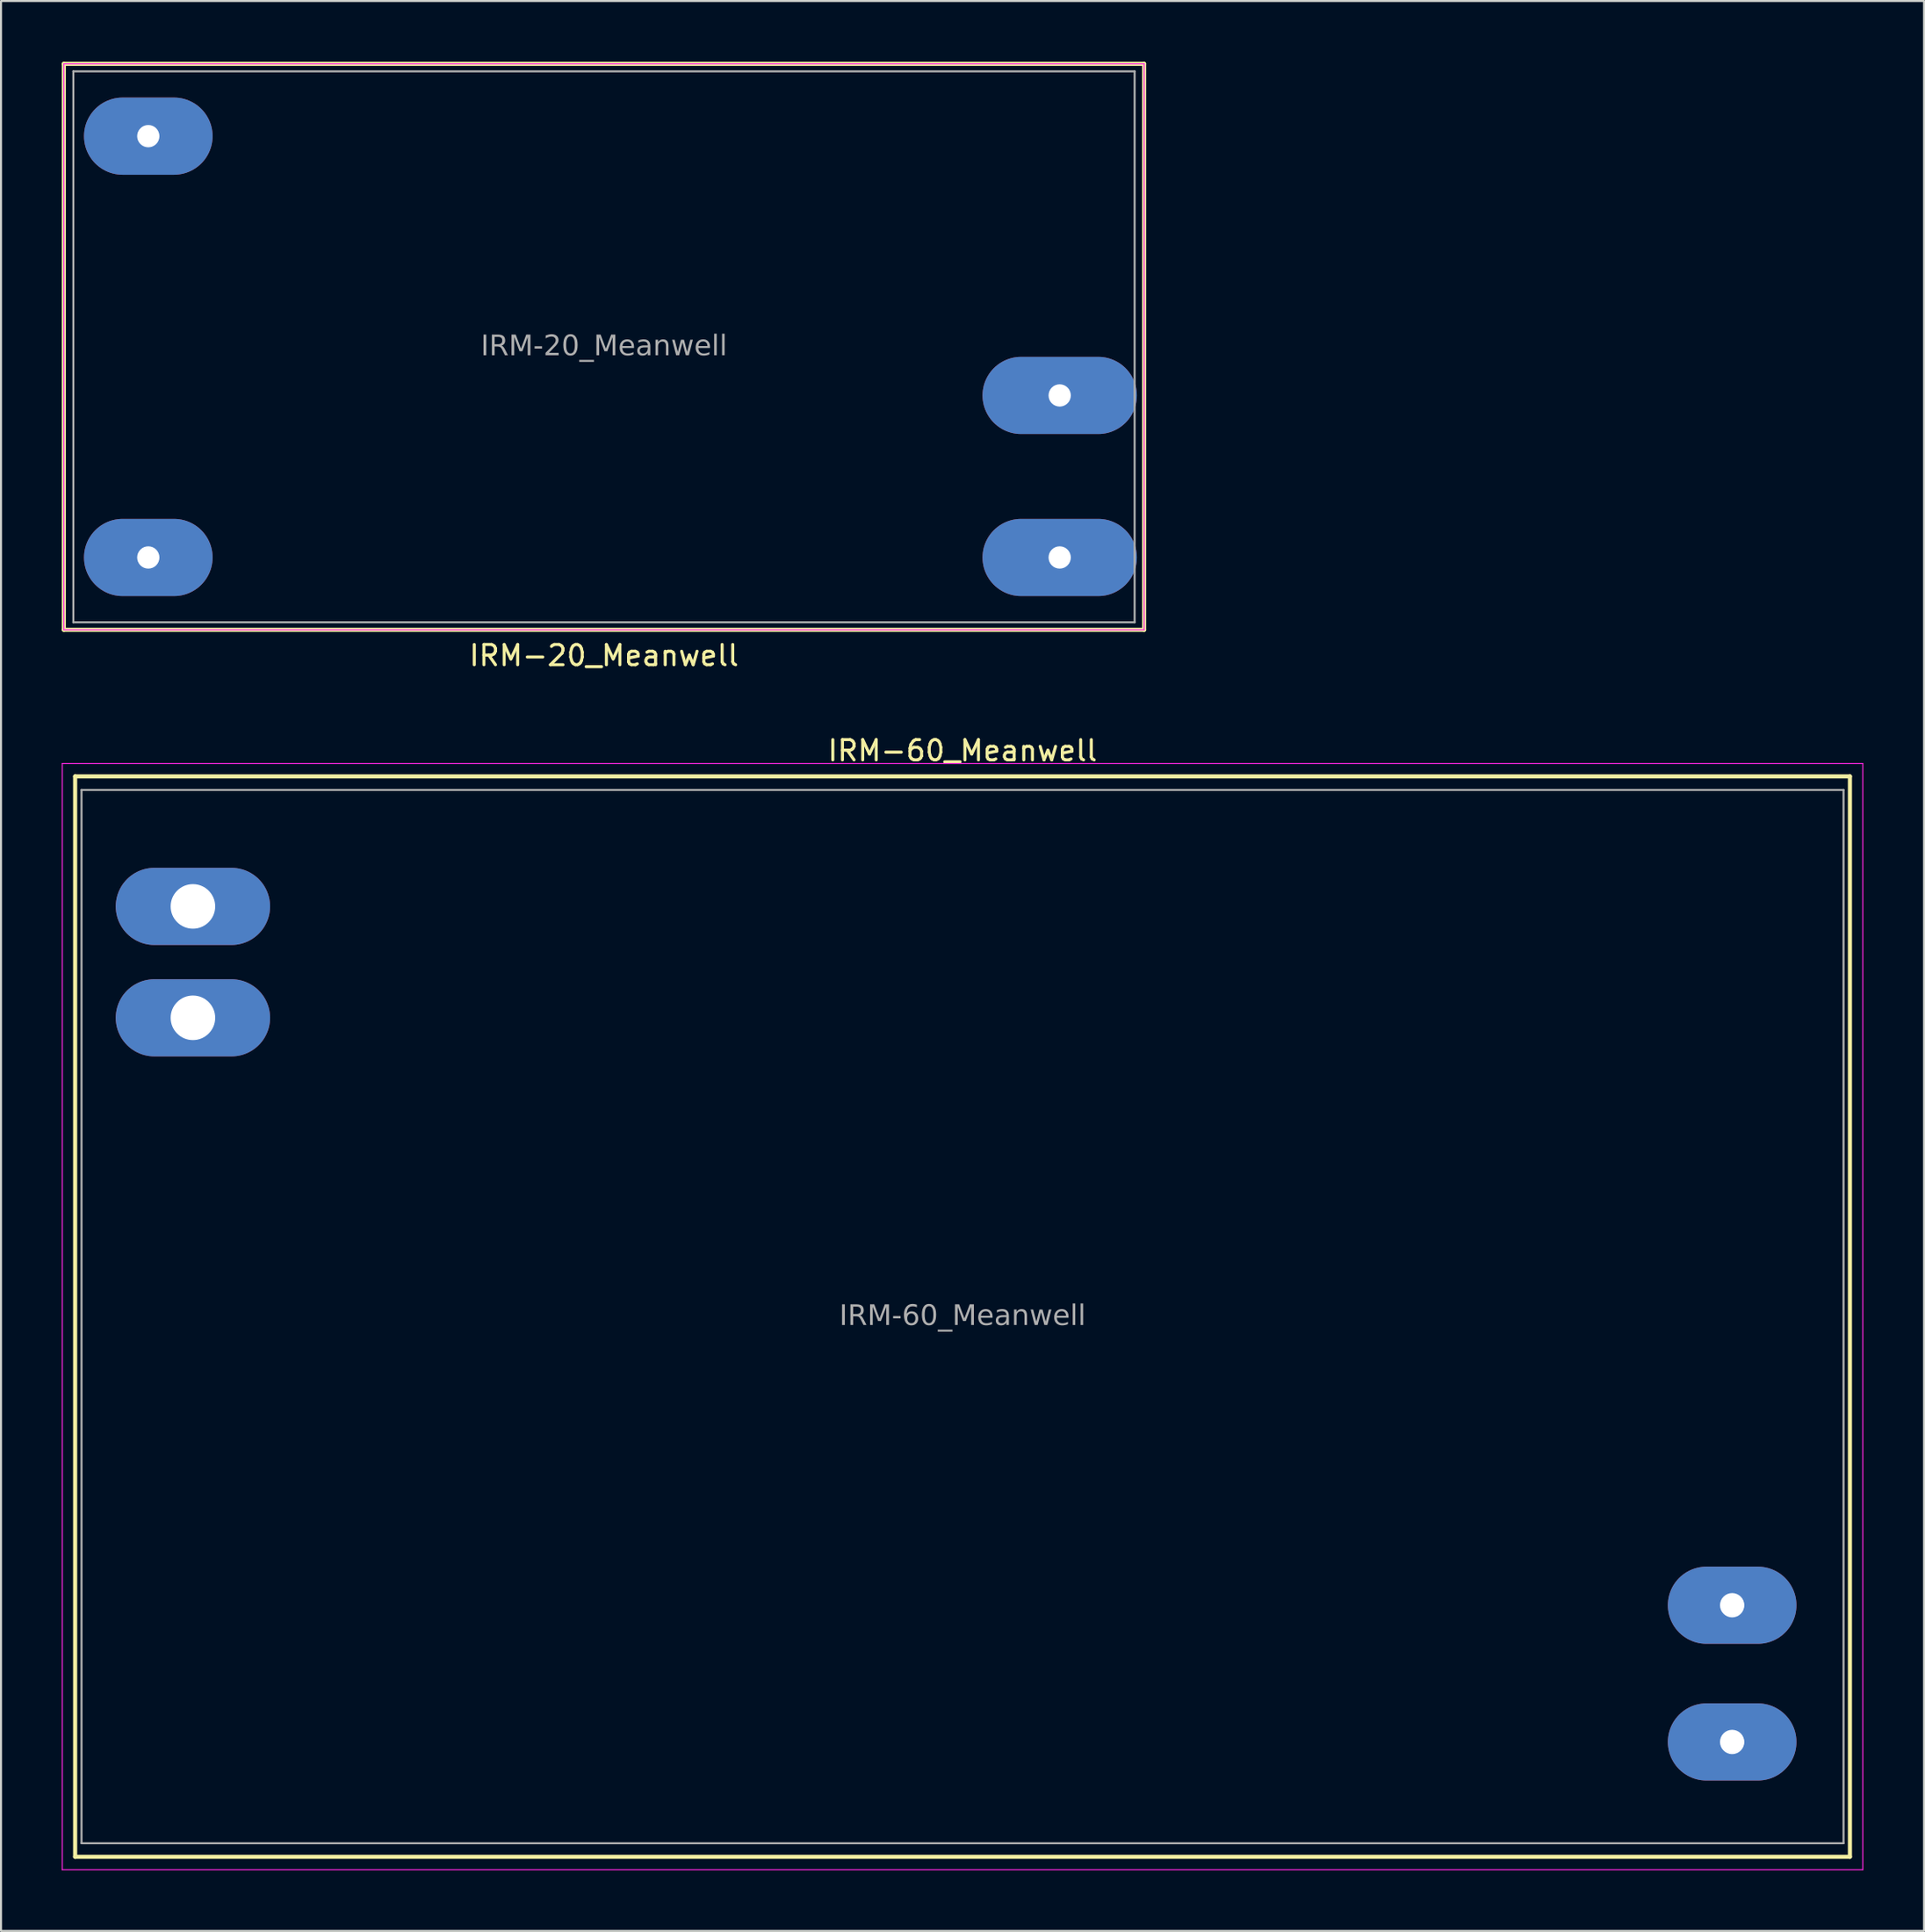
<source format=kicad_pcb>
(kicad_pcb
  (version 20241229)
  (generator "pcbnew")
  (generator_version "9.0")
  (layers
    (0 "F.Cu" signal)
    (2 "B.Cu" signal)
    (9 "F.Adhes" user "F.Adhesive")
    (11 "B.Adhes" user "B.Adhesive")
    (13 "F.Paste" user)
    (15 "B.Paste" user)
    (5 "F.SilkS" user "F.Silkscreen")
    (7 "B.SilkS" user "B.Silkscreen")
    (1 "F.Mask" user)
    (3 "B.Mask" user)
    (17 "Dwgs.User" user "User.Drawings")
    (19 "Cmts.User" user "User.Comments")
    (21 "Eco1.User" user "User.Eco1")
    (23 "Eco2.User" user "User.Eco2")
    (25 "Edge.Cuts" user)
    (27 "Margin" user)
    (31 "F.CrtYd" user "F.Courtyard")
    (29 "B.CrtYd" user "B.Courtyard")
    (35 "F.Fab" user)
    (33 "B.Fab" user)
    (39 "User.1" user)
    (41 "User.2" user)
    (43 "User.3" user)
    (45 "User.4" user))
  (footprint "IRM-20_Meanwell"
    (layer "F.Cu")
    (at 26.772 14.072)
    (property "Reference" "IRM-20_Meanwell" (at 0 15.24 180) (layer "F.SilkS") (effects (font (size 1 1) (thickness 0.15))))
    (attr through_hole)
    (fp_line (start -26.67 -13.97) (end 26.67 -13.97) (stroke (width 0.203) (type solid)) (layer "F.SilkS"))
    (fp_line (start -26.67 13.97) (end -26.67 -13.97) (stroke (width 0.203) (type solid)) (layer "F.SilkS"))
    (fp_line (start 26.67 -13.97) (end 26.67 13.97) (stroke (width 0.203) (type solid)) (layer "F.SilkS"))
    (fp_line (start 26.67 13.97) (end -26.67 13.97) (stroke (width 0.203) (type solid)) (layer "F.SilkS"))
    (fp_line (start -26.67 13.97) (end -26.67 -13.97) (stroke (width 0.05) (type solid)) (layer "F.CrtYd"))
    (fp_line (start -26.67 13.97) (end 26.67 13.97) (stroke (width 0.05) (type solid)) (layer "F.CrtYd"))
    (fp_line (start 26.67 -13.97) (end -26.67 -13.97) (stroke (width 0.05) (type solid)) (layer "F.CrtYd"))
    (fp_line (start 26.67 -13.97) (end 26.67 13.97) (stroke (width 0.05) (type solid)) (layer "F.CrtYd"))
    (fp_line (start -26.2 13.6) (end -26.2 -13.6) (stroke (width 0.1) (type solid)) (layer "F.Fab"))
    (fp_line (start 26.2 -13.6) (end -26.2 -13.6) (stroke (width 0.1) (type solid)) (layer "F.Fab"))
    (fp_line (start 26.2 -13.6) (end 26.2 13.6) (stroke (width 0.1) (type solid)) (layer "F.Fab"))
    (fp_line (start 26.2 13.6) (end -26.2 13.6) (stroke (width 0.1) (type solid)) (layer "F.Fab"))
    (fp_text user "${REFERENCE}" (at 0 0 180) (layer "F.Fab") (effects (font (face "Tahoma") (size 1 1) (thickness 0.15))))
    (pad "+V" thru_hole oval (at 22.5 2.4 180) (size 7.62 3.81) (drill 1.1) (layers "*.Cu" "*.Mask"))
    (pad "-V" thru_hole oval (at 22.5 10.4 180) (size 7.62 3.81) (drill 1.1) (layers "*.Cu" "*.Mask"))
    (pad "AC/L" thru_hole oval (at -22.5 -10.4 180) (size 6.35 3.81) (drill 1.1) (layers "*.Cu" "*.Mask"))
    (pad "AC/N" thru_hole oval (at -22.5 10.4 180) (size 6.35 3.81) (drill 1.1) (layers "*.Cu" "*.Mask")))
  (footprint "IRM-60_Meanwell"
    (layer "F.Cu")
    (at 44.475 61.948)
    (property "Reference" "IRM-60_Meanwell" (at 0 -27.94 0) (layer "F.SilkS") (effects (font (size 1 1) (thickness 0.15))))
    (attr through_hole)
    (fp_line (start -43.815 -26.67) (end 43.815 -26.67) (stroke (width 0.203) (type solid)) (layer "F.SilkS"))
    (fp_line (start -43.815 26.67) (end -43.815 -26.67) (stroke (width 0.203) (type solid)) (layer "F.SilkS"))
    (fp_line (start 43.815 -26.67) (end 43.815 26.67) (stroke (width 0.203) (type solid)) (layer "F.SilkS"))
    (fp_line (start 43.815 26.67) (end -43.815 26.67) (stroke (width 0.203) (type solid)) (layer "F.SilkS"))
    (fp_line (start -44.45 27.305) (end -44.45 -27.305) (stroke (width 0.05) (type solid)) (layer "F.CrtYd"))
    (fp_line (start -44.45 27.305) (end 44.45 27.305) (stroke (width 0.05) (type solid)) (layer "F.CrtYd"))
    (fp_line (start 44.45 -27.305) (end -44.45 -27.305) (stroke (width 0.05) (type solid)) (layer "F.CrtYd"))
    (fp_line (start 44.45 -27.305) (end 44.45 27.305) (stroke (width 0.05) (type solid)) (layer "F.CrtYd"))
    (fp_line (start -43.5 -26) (end 43.5 -26) (stroke (width 0.1) (type solid)) (layer "F.Fab"))
    (fp_line (start -43.5 26) (end -43.5 -26) (stroke (width 0.1) (type solid)) (layer "F.Fab"))
    (fp_line (start -43.5 26) (end 43.5 26) (stroke (width 0.1) (type solid)) (layer "F.Fab"))
    (fp_line (start 43.5 -26) (end 43.5 26) (stroke (width 0.1) (type solid)) (layer "F.Fab"))
    (fp_text user "${REFERENCE}" (at 0 0 0) (layer "F.Fab") (effects (font (face "Tahoma") (size 1 1) (thickness 0.15))))
    (pad "+V" thru_hole oval (at -38 -20.25) (size 7.62 3.81) (drill 2.2) (layers "*.Cu" "*.Mask"))
    (pad "-V" thru_hole oval (at -38 -14.75) (size 7.62 3.81) (drill 2.2) (layers "*.Cu" "*.Mask"))
    (pad "AC/L" thru_hole oval (at 38 21) (size 6.35 3.81) (drill 1.2) (layers "*.Cu" "*.Mask"))
    (pad "AC/N" thru_hole oval (at 38 14.25) (size 6.35 3.81) (drill 1.2) (layers "*.Cu" "*.Mask")))
  (gr_rect
    (start -3 -3)
    (end 91.95 92.278)
    (stroke (width 0.1) (type default))
    (fill no)
    (layer "Edge.Cuts")))
</source>
